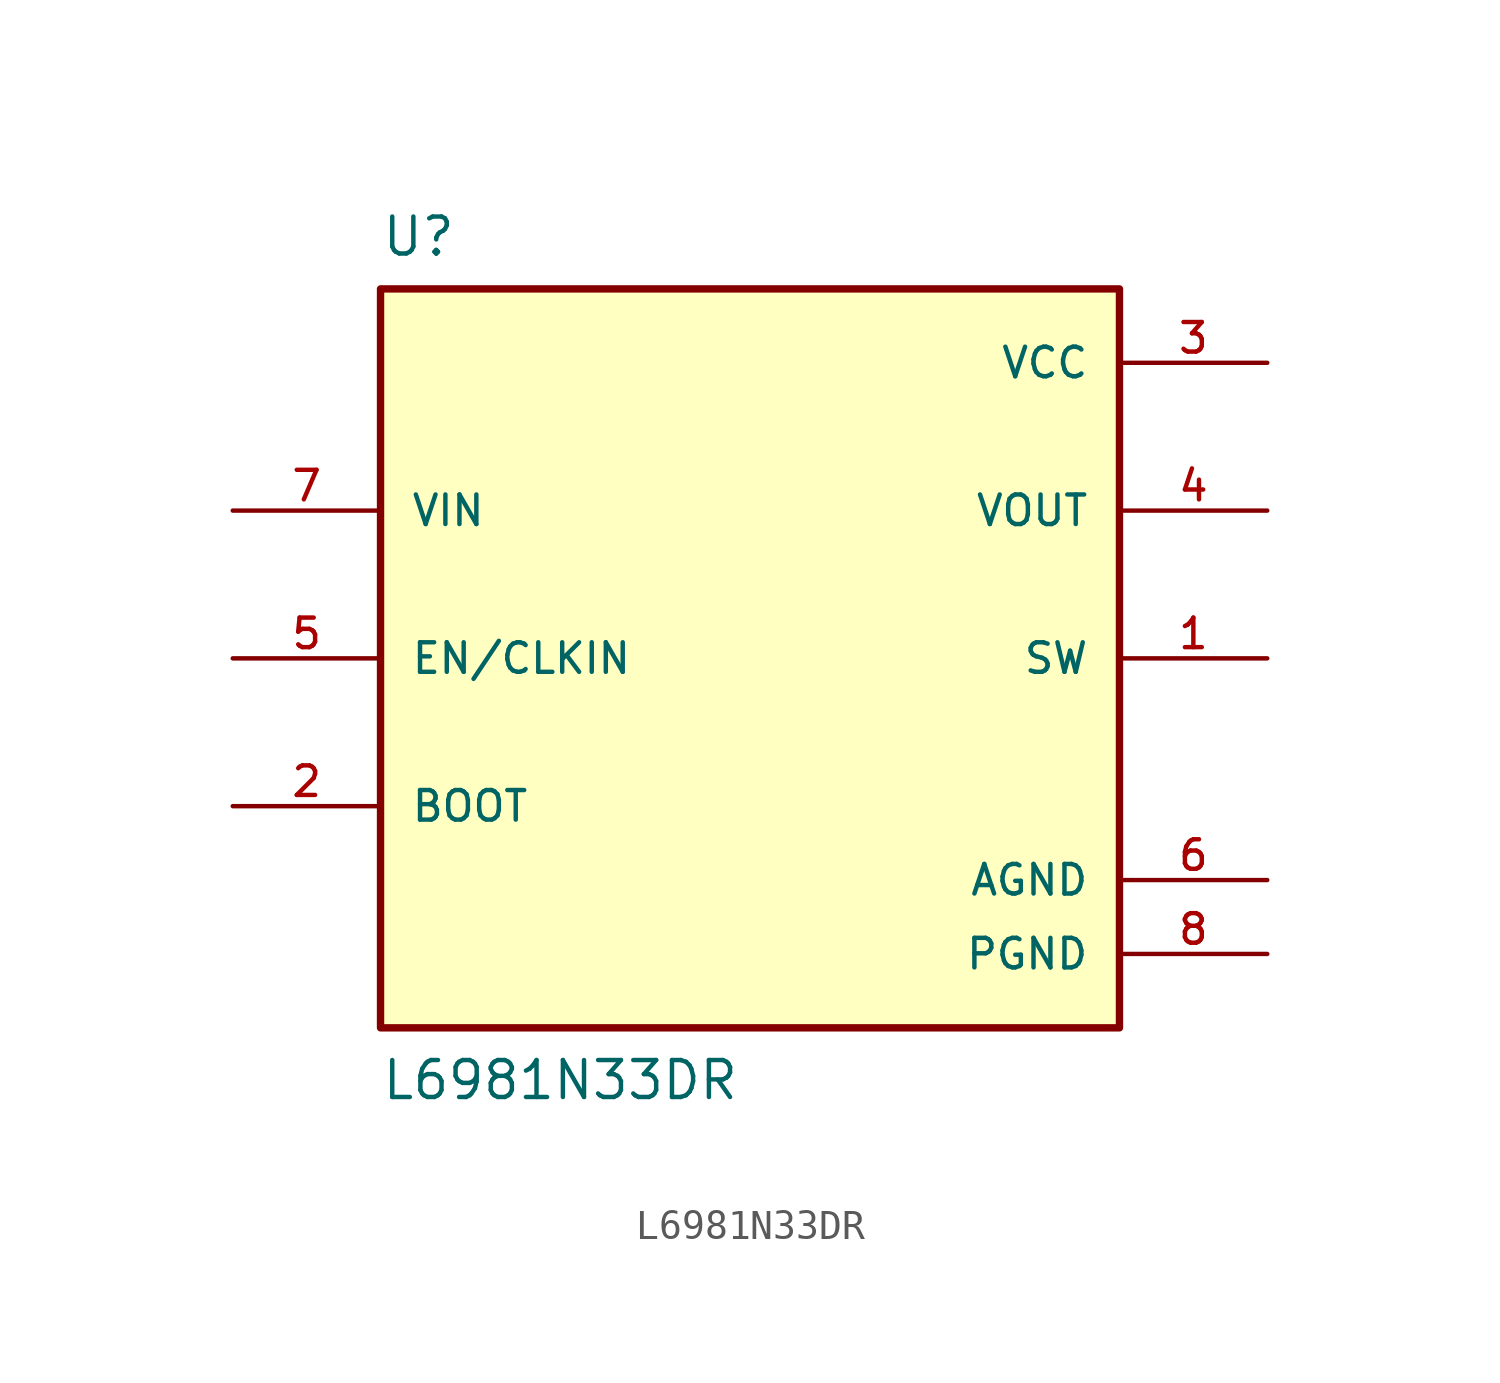
<source format=kicad_sym>
(kicad_symbol_lib
  (version 20211014)
  (generator kicad_symbol_editor)
  (symbol "L6981N33DR"
    (pin_names
      (offset 1.016))
    (property "Reference" "U"
      (at -12.7 15.24 0)
      (effects (font (size 1.27 1.27)) (justify top left)))
    (property "Value" "L6981N33DR"
      (at -12.7 -15.24 0)
      (effects (font (size 1.27 1.27)) (justify bottom left)))
    (symbol "L6981N33DR_0_0"
      (rectangle (start -12.7 -12.7) (end 12.7 12.7) (stroke (width 0.254)) (fill (type background)))
      (pin output line (at 17.78 0.0 180.0) (length 5.08) (name "SW" (effects (font (size 1.016 1.016)))) (number "1" (effects (font (size 1.016 1.016)))))
      (pin passive line (at -17.78 -5.08 0) (length 5.08) (name "BOOT" (effects (font (size 1.016 1.016)))) (number "2" (effects (font (size 1.016 1.016)))))
      (pin power_in line (at 17.78 10.16 180.0) (length 5.08) (name "VCC" (effects (font (size 1.016 1.016)))) (number "3" (effects (font (size 1.016 1.016)))))
      (pin power_in line (at 17.78 5.08 180.0) (length 5.08) (name "VOUT" (effects (font (size 1.016 1.016)))) (number "4" (effects (font (size 1.016 1.016)))))
      (pin power_in line (at 17.78 -10.16 180.0) (length 5.08) (name "PGND" (effects (font (size 1.016 1.016)))) (number "8" (effects (font (size 1.016 1.016)))))
      (pin power_in line (at -17.78 5.08 0) (length 5.08) (name "VIN" (effects (font (size 1.016 1.016)))) (number "7" (effects (font (size 1.016 1.016)))))
      (pin power_in line (at 17.78 -7.62 180.0) (length 5.08) (name "AGND" (effects (font (size 1.016 1.016)))) (number "6" (effects (font (size 1.016 1.016)))))
      (pin input line (at -17.78 0.0 0) (length 5.08) (name "EN/CLKIN" (effects (font (size 1.016 1.016)))) (number "5" (effects (font (size 1.016 1.016))))))))
</source>
